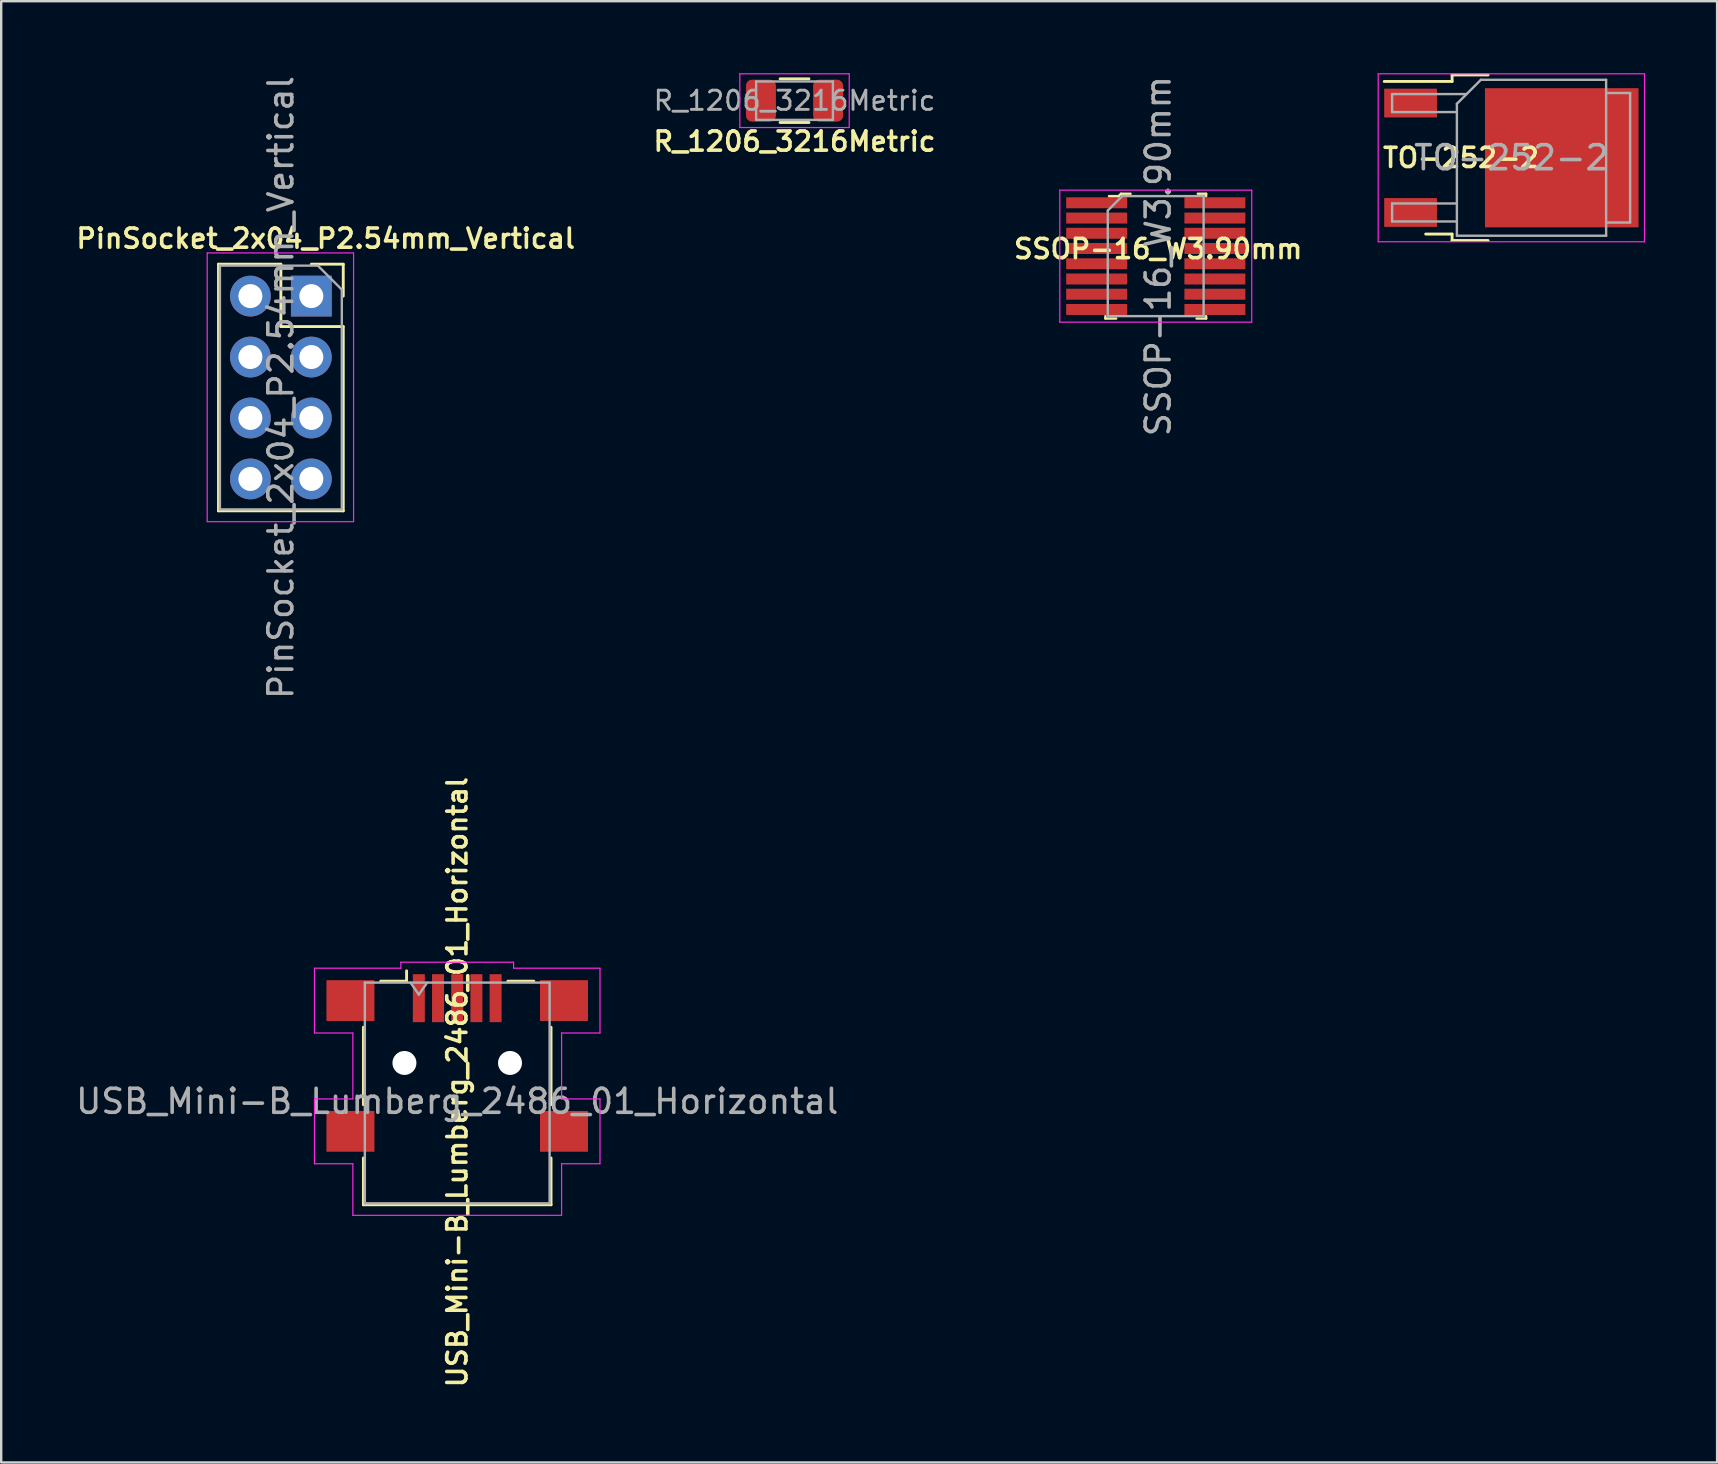
<source format=kicad_pcb>
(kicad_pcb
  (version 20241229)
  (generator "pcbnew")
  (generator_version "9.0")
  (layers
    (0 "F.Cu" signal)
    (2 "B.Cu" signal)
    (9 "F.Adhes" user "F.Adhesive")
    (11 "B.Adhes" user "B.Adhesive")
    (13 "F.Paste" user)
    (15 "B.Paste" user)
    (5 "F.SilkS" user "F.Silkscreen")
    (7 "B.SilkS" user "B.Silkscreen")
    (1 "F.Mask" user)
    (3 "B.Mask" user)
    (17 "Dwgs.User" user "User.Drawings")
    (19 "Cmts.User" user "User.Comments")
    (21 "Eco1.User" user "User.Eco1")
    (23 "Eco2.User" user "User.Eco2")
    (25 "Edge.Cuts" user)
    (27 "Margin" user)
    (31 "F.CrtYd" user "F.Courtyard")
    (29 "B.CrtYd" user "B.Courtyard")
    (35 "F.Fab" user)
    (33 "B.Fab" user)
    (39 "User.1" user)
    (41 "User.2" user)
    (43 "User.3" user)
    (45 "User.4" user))
  (footprint "TO-252-2"
    (layer "F.Cu")
    (at 59.94 3.525)
    (property "Reference" "TO-252-2" (at -2.1 0 0) (layer "F.SilkS") (effects (font (size 0.8 0.8) (thickness 0.15))))
    (attr smd)
    (fp_line (start -2.47 -3.45) (end -2.47 -3.18) (stroke (width 0.12) (type solid)) (layer "F.SilkS"))
    (fp_line (start -2.47 -3.18) (end -5.3 -3.18) (stroke (width 0.12) (type solid)) (layer "F.SilkS"))
    (fp_line (start -2.47 3.18) (end -3.57 3.18) (stroke (width 0.12) (type solid)) (layer "F.SilkS"))
    (fp_line (start -2.47 3.45) (end -2.47 3.18) (stroke (width 0.12) (type solid)) (layer "F.SilkS"))
    (fp_line (start -0.97 -3.45) (end -2.47 -3.45) (stroke (width 0.12) (type solid)) (layer "F.SilkS"))
    (fp_line (start -0.97 3.45) (end -2.47 3.45) (stroke (width 0.12) (type solid)) (layer "F.SilkS"))
    (fp_line (start -5.55 -3.5) (end -5.55 3.5) (stroke (width 0.05) (type solid)) (layer "F.CrtYd"))
    (fp_line (start -5.55 3.5) (end 5.55 3.5) (stroke (width 0.05) (type solid)) (layer "F.CrtYd"))
    (fp_line (start 5.55 -3.5) (end -5.55 -3.5) (stroke (width 0.05) (type solid)) (layer "F.CrtYd"))
    (fp_line (start 5.55 3.5) (end 5.55 -3.5) (stroke (width 0.05) (type solid)) (layer "F.CrtYd"))
    (fp_line (start -4.97 -2.655) (end -4.97 -1.905) (stroke (width 0.1) (type solid)) (layer "F.Fab"))
    (fp_line (start -4.97 -1.905) (end -2.27 -1.905) (stroke (width 0.1) (type solid)) (layer "F.Fab"))
    (fp_line (start -4.97 1.905) (end -4.97 2.655) (stroke (width 0.1) (type solid)) (layer "F.Fab"))
    (fp_line (start -4.97 2.655) (end -2.27 2.655) (stroke (width 0.1) (type solid)) (layer "F.Fab"))
    (fp_line (start -2.27 -2.25) (end -1.27 -3.25) (stroke (width 0.1) (type solid)) (layer "F.Fab"))
    (fp_line (start -2.27 1.905) (end -4.97 1.905) (stroke (width 0.1) (type solid)) (layer "F.Fab"))
    (fp_line (start -2.27 3.25) (end -2.27 -2.25) (stroke (width 0.1) (type solid)) (layer "F.Fab"))
    (fp_line (start -1.865 -2.655) (end -4.97 -2.655) (stroke (width 0.1) (type solid)) (layer "F.Fab"))
    (fp_line (start -1.27 -3.25) (end 3.95 -3.25) (stroke (width 0.1) (type solid)) (layer "F.Fab"))
    (fp_line (start 3.95 -3.25) (end 3.95 3.25) (stroke (width 0.1) (type solid)) (layer "F.Fab"))
    (fp_line (start 3.95 -2.7) (end 4.95 -2.7) (stroke (width 0.1) (type solid)) (layer "F.Fab"))
    (fp_line (start 3.95 3.25) (end -2.27 3.25) (stroke (width 0.1) (type solid)) (layer "F.Fab"))
    (fp_line (start 4.95 -2.7) (end 4.95 2.7) (stroke (width 0.1) (type solid)) (layer "F.Fab"))
    (fp_line (start 4.95 2.7) (end 3.95 2.7) (stroke (width 0.1) (type solid)) (layer "F.Fab"))
    (fp_text user "${REFERENCE}" (at 0 0 0) (layer "F.Fab") (effects (font (size 1 1) (thickness 0.15))))
    (pad "" smd rect (at 0.425 -1.525) (size 3.05 2.75) (layers "F.Paste"))
    (pad "" smd rect (at 0.425 1.525) (size 3.05 2.75) (layers "F.Paste"))
    (pad "" smd rect (at 3.775 -1.525) (size 3.05 2.75) (layers "F.Paste"))
    (pad "" smd rect (at 3.775 1.525) (size 3.05 2.75) (layers "F.Paste"))
    (pad "1" smd rect (at -4.2 -2.28) (size 2.2 1.2) (layers "F.Cu" "F.Mask" "F.Paste"))
    (pad "2" smd rect (at 2.1 0) (size 6.4 5.8) (layers "F.Cu" "F.Mask"))
    (pad "3" smd rect (at -4.2 2.28) (size 2.2 1.2) (layers "F.Cu" "F.Mask" "F.Paste")))
  (footprint "R_1206_3216Metric"
    (layer "F.Cu")
    (at 30.064 1.145)
    (property "Reference" "R_1206_3216Metric" (at 0 1.7 0) (layer "F.SilkS") (effects (font (size 0.8 0.8) (thickness 0.15))))
    (attr smd)
    (fp_line (start -0.602 -0.91) (end 0.602 -0.91) (stroke (width 0.12) (type solid)) (layer "F.SilkS"))
    (fp_line (start -0.602 0.91) (end 0.602 0.91) (stroke (width 0.12) (type solid)) (layer "F.SilkS"))
    (fp_line (start -2.28 -1.12) (end 2.28 -1.12) (stroke (width 0.05) (type solid)) (layer "F.CrtYd"))
    (fp_line (start -2.28 1.12) (end -2.28 -1.12) (stroke (width 0.05) (type solid)) (layer "F.CrtYd"))
    (fp_line (start 2.28 -1.12) (end 2.28 1.12) (stroke (width 0.05) (type solid)) (layer "F.CrtYd"))
    (fp_line (start 2.28 1.12) (end -2.28 1.12) (stroke (width 0.05) (type solid)) (layer "F.CrtYd"))
    (fp_line (start -1.6 -0.8) (end 1.6 -0.8) (stroke (width 0.1) (type solid)) (layer "F.Fab"))
    (fp_line (start -1.6 0.8) (end -1.6 -0.8) (stroke (width 0.1) (type solid)) (layer "F.Fab"))
    (fp_line (start 1.6 -0.8) (end 1.6 0.8) (stroke (width 0.1) (type solid)) (layer "F.Fab"))
    (fp_line (start 1.6 0.8) (end -1.6 0.8) (stroke (width 0.1) (type solid)) (layer "F.Fab"))
    (fp_text user "${REFERENCE}" (at 0 0 0) (layer "F.Fab") (effects (font (size 0.8 0.8) (thickness 0.12))))
    (pad "1" smd roundrect (at -1.4 0) (size 1.25 1.75) (layers "F.Cu" "F.Mask" "F.Paste") (roundrect_rratio 0.2))
    (pad "2" smd roundrect (at 1.4 0) (size 1.25 1.75) (layers "F.Cu" "F.Mask" "F.Paste") (roundrect_rratio 0.2)))
  (footprint "PinSocket_2x04_P2.54mm_Vertical"
    (layer "F.Cu")
    (at 9.926 9.291)
    (property "Reference" "PinSocket_2x04_P2.54mm_Vertical" (at 0.6 -2.4 0) (layer "F.SilkS") (effects (font (size 0.8 0.8) (thickness 0.15))))
    (attr through_hole)
    (fp_line (start -3.87 -1.33) (end -3.87 8.95) (stroke (width 0.12) (type solid)) (layer "F.SilkS"))
    (fp_line (start -3.87 -1.33) (end -1.27 -1.33) (stroke (width 0.12) (type solid)) (layer "F.SilkS"))
    (fp_line (start -3.87 8.95) (end 1.33 8.95) (stroke (width 0.12) (type solid)) (layer "F.SilkS"))
    (fp_line (start -1.27 -1.33) (end -1.27 1.27) (stroke (width 0.12) (type solid)) (layer "F.SilkS"))
    (fp_line (start -1.27 1.27) (end 1.33 1.27) (stroke (width 0.12) (type solid)) (layer "F.SilkS"))
    (fp_line (start 0 -1.33) (end 1.33 -1.33) (stroke (width 0.12) (type solid)) (layer "F.SilkS"))
    (fp_line (start 1.33 -1.33) (end 1.33 0) (stroke (width 0.12) (type solid)) (layer "F.SilkS"))
    (fp_line (start 1.33 1.27) (end 1.33 8.95) (stroke (width 0.12) (type solid)) (layer "F.SilkS"))
    (fp_line (start -4.34 -1.8) (end 1.76 -1.8) (stroke (width 0.05) (type solid)) (layer "F.CrtYd"))
    (fp_line (start -4.34 9.4) (end -4.34 -1.8) (stroke (width 0.05) (type solid)) (layer "F.CrtYd"))
    (fp_line (start 1.76 -1.8) (end 1.76 9.4) (stroke (width 0.05) (type solid)) (layer "F.CrtYd"))
    (fp_line (start 1.76 9.4) (end -4.34 9.4) (stroke (width 0.05) (type solid)) (layer "F.CrtYd"))
    (fp_line (start -3.81 -1.27) (end 0.27 -1.27) (stroke (width 0.1) (type solid)) (layer "F.Fab"))
    (fp_line (start -3.81 8.89) (end -3.81 -1.27) (stroke (width 0.1) (type solid)) (layer "F.Fab"))
    (fp_line (start 0.27 -1.27) (end 1.27 -0.27) (stroke (width 0.1) (type solid)) (layer "F.Fab"))
    (fp_line (start 1.27 -0.27) (end 1.27 8.89) (stroke (width 0.1) (type solid)) (layer "F.Fab"))
    (fp_line (start 1.27 8.89) (end -3.81 8.89) (stroke (width 0.1) (type solid)) (layer "F.Fab"))
    (fp_text user "${REFERENCE}" (at -1.27 3.81 90) (layer "F.Fab") (effects (font (size 1 1) (thickness 0.15))))
    (pad "1" thru_hole rect (at 0 0) (size 1.7 1.7) (drill 1) (layers "*.Cu" "*.Mask"))
    (pad "2" thru_hole oval (at -2.54 0) (size 1.7 1.7) (drill 1) (layers "*.Cu" "*.Mask"))
    (pad "3" thru_hole oval (at 0 2.54) (size 1.7 1.7) (drill 1) (layers "*.Cu" "*.Mask"))
    (pad "4" thru_hole oval (at -2.54 2.54) (size 1.7 1.7) (drill 1) (layers "*.Cu" "*.Mask"))
    (pad "5" thru_hole oval (at 0 5.08) (size 1.7 1.7) (drill 1) (layers "*.Cu" "*.Mask"))
    (pad "6" thru_hole oval (at -2.54 5.08) (size 1.7 1.7) (drill 1) (layers "*.Cu" "*.Mask"))
    (pad "7" thru_hole oval (at 0 7.62) (size 1.7 1.7) (drill 1) (layers "*.Cu" "*.Mask"))
    (pad "8" thru_hole oval (at -2.54 7.62) (size 1.7 1.7) (drill 1) (layers "*.Cu" "*.Mask")))
  (footprint "USB_Mini-B_Lumberg_2486_01_Horizontal"
    (layer "F.Cu")
    (at 16.006 41.252)
    (property "Reference" "USB_Mini-B_Lumberg_2486_01_Horizontal" (at 0 0.8 270) (layer "F.SilkS") (effects (font (size 0.8 0.8) (thickness 0.15))))
    (attr smd)
    (fp_line (start -3.91 1.74) (end -3.91 -1.49) (stroke (width 0.12) (type solid)) (layer "F.SilkS"))
    (fp_line (start -3.91 5.91) (end -3.91 3.96) (stroke (width 0.12) (type solid)) (layer "F.SilkS"))
    (fp_line (start -3.19 -3.41) (end -2.11 -3.41) (stroke (width 0.12) (type solid)) (layer "F.SilkS"))
    (fp_line (start -2.11 -3.41) (end -2.11 -3.84) (stroke (width 0.12) (type solid)) (layer "F.SilkS"))
    (fp_line (start 2.11 -3.41) (end 3.19 -3.41) (stroke (width 0.12) (type solid)) (layer "F.SilkS"))
    (fp_line (start 3.91 1.74) (end 3.91 -1.49) (stroke (width 0.12) (type solid)) (layer "F.SilkS"))
    (fp_line (start 3.91 5.91) (end -3.91 5.91) (stroke (width 0.12) (type solid)) (layer "F.SilkS"))
    (fp_line (start 3.91 5.91) (end 3.91 3.96) (stroke (width 0.12) (type solid)) (layer "F.SilkS"))
    (fp_line (start -5.95 -3.95) (end -5.95 -1.25) (stroke (width 0.05) (type solid)) (layer "F.CrtYd"))
    (fp_line (start -5.95 -3.95) (end -2.35 -3.95) (stroke (width 0.05) (type solid)) (layer "F.CrtYd"))
    (fp_line (start -5.95 1.5) (end -5.95 4.2) (stroke (width 0.05) (type solid)) (layer "F.CrtYd"))
    (fp_line (start -4.35 -1.25) (end -5.95 -1.25) (stroke (width 0.05) (type solid)) (layer "F.CrtYd"))
    (fp_line (start -4.35 -1.25) (end -4.35 1.5) (stroke (width 0.05) (type solid)) (layer "F.CrtYd"))
    (fp_line (start -4.35 1.5) (end -5.95 1.5) (stroke (width 0.05) (type solid)) (layer "F.CrtYd"))
    (fp_line (start -4.35 4.2) (end -5.95 4.2) (stroke (width 0.05) (type solid)) (layer "F.CrtYd"))
    (fp_line (start -4.35 6.35) (end -4.35 4.2) (stroke (width 0.05) (type solid)) (layer "F.CrtYd"))
    (fp_line (start -4.35 6.35) (end 4.35 6.35) (stroke (width 0.05) (type solid)) (layer "F.CrtYd"))
    (fp_line (start -2.35 -3.95) (end -2.35 -4.2) (stroke (width 0.05) (type solid)) (layer "F.CrtYd"))
    (fp_line (start 2.35 -4.2) (end -2.35 -4.2) (stroke (width 0.05) (type solid)) (layer "F.CrtYd"))
    (fp_line (start 2.35 -3.95) (end 2.35 -4.2) (stroke (width 0.05) (type solid)) (layer "F.CrtYd"))
    (fp_line (start 4.35 -1.25) (end 4.35 1.5) (stroke (width 0.05) (type solid)) (layer "F.CrtYd"))
    (fp_line (start 4.35 -1.25) (end 5.95 -1.25) (stroke (width 0.05) (type solid)) (layer "F.CrtYd"))
    (fp_line (start 4.35 1.5) (end 5.95 1.5) (stroke (width 0.05) (type solid)) (layer "F.CrtYd"))
    (fp_line (start 4.35 4.2) (end 5.95 4.2) (stroke (width 0.05) (type solid)) (layer "F.CrtYd"))
    (fp_line (start 4.35 6.35) (end 4.35 4.2) (stroke (width 0.05) (type solid)) (layer "F.CrtYd"))
    (fp_line (start 5.95 -3.95) (end 2.35 -3.95) (stroke (width 0.05) (type solid)) (layer "F.CrtYd"))
    (fp_line (start 5.95 -3.95) (end 5.95 -1.25) (stroke (width 0.05) (type solid)) (layer "F.CrtYd"))
    (fp_line (start 5.95 1.5) (end 5.95 4.2) (stroke (width 0.05) (type solid)) (layer "F.CrtYd"))
    (fp_line (start -3.85 -3.35) (end -3.85 5.85) (stroke (width 0.1) (type solid)) (layer "F.Fab"))
    (fp_line (start -3.85 -3.35) (end 3.85 -3.35) (stroke (width 0.1) (type solid)) (layer "F.Fab"))
    (fp_line (start -3.85 5.85) (end 3.85 5.85) (stroke (width 0.1) (type solid)) (layer "F.Fab"))
    (fp_line (start -1.95 -3.35) (end -1.6 -2.85) (stroke (width 0.1) (type solid)) (layer "F.Fab"))
    (fp_line (start -1.6 -2.85) (end -1.25 -3.35) (stroke (width 0.1) (type solid)) (layer "F.Fab"))
    (fp_line (start 3.85 5.85) (end 3.85 -3.35) (stroke (width 0.1) (type solid)) (layer "F.Fab"))
    (fp_text user "${REFERENCE}" (at 0 1.6 180) (layer "F.Fab") (effects (font (size 1 1) (thickness 0.15))))
    (pad "" np_thru_hole circle (at -2.2 0) (size 1 1) (drill 1) (layers "*.Cu" "*.Mask"))
    (pad "" np_thru_hole circle (at 2.2 0) (size 1 1) (drill 1) (layers "*.Cu" "*.Mask"))
    (pad "1" smd rect (at -1.6 -2.7) (size 0.5 2) (layers "F.Cu" "F.Mask" "F.Paste"))
    (pad "2" smd rect (at -0.8 -2.7) (size 0.5 2) (layers "F.Cu" "F.Mask" "F.Paste"))
    (pad "3" smd rect (at 0 -2.7) (size 0.5 2) (layers "F.Cu" "F.Mask" "F.Paste"))
    (pad "4" smd rect (at 0.8 -2.7) (size 0.5 2) (layers "F.Cu" "F.Mask" "F.Paste"))
    (pad "5" smd rect (at 1.6 -2.7) (size 0.5 2) (layers "F.Cu" "F.Mask" "F.Paste"))
    (pad "6" smd rect (at -4.45 -2.6) (size 2 1.7) (layers "F.Cu" "F.Mask" "F.Paste"))
    (pad "6" smd rect (at -4.45 2.85) (size 2 1.7) (layers "F.Cu" "F.Mask" "F.Paste"))
    (pad "6" smd rect (at 4.45 -2.6) (size 2 1.7) (layers "F.Cu" "F.Mask" "F.Paste"))
    (pad "6" smd rect (at 4.45 2.85) (size 2 1.7) (layers "F.Cu" "F.Mask" "F.Paste")))
  (footprint "SSOP-16_W3.90mm"
    (layer "F.Cu")
    (at 45.12 7.625)
    (property "Reference" "SSOP-16_W3.90mm" (at 0.1 -0.3 0) (layer "F.SilkS") (effects (font (size 0.8 0.8) (thickness 0.15))))
    (attr through_hole)
    (fp_line (start -2.1 2.5) (end -2.1 2.6) (stroke (width 0.1) (type solid)) (layer "F.SilkS"))
    (fp_line (start -2.1 2.6) (end -1.65 2.6) (stroke (width 0.1) (type solid)) (layer "F.SilkS"))
    (fp_line (start -1.55 -2.5) (end -1.95 -2.5) (stroke (width 0.1) (type solid)) (layer "F.SilkS"))
    (fp_line (start -1.45 -2.6) (end -1.55 -2.5) (stroke (width 0.1) (type solid)) (layer "F.SilkS"))
    (fp_line (start -1.05 -2.6) (end -1.45 -2.6) (stroke (width 0.1) (type solid)) (layer "F.SilkS"))
    (fp_line (start 2.1 -2.6) (end 1.75 -2.6) (stroke (width 0.1) (type solid)) (layer "F.SilkS"))
    (fp_line (start 2.1 -2.5) (end 2.1 -2.6) (stroke (width 0.1) (type solid)) (layer "F.SilkS"))
    (fp_line (start 2.1 2.5) (end 2.1 2.6) (stroke (width 0.1) (type solid)) (layer "F.SilkS"))
    (fp_line (start 2.1 2.6) (end 1.7 2.6) (stroke (width 0.1) (type solid)) (layer "F.SilkS"))
    (fp_line (start -4 -2.75) (end -4 2.75) (stroke (width 0.05) (type solid)) (layer "F.CrtYd"))
    (fp_line (start -4 -2.75) (end 4 -2.75) (stroke (width 0.05) (type solid)) (layer "F.CrtYd"))
    (fp_line (start -4 2.75) (end 4 2.75) (stroke (width 0.05) (type solid)) (layer "F.CrtYd"))
    (fp_line (start 4 2.75) (end 4 -2.75) (stroke (width 0.05) (type solid)) (layer "F.CrtYd"))
    (fp_line (start -2 -1.9) (end -2 2.5) (stroke (width 0.1) (type solid)) (layer "F.Fab"))
    (fp_line (start -2 -1.9) (end -1.4 -2.5) (stroke (width 0.1) (type solid)) (layer "F.Fab"))
    (fp_line (start -1.994 2.502) (end 1.994 2.502) (stroke (width 0.1) (type solid)) (layer "F.Fab"))
    (fp_line (start -1.4 -2.5) (end 2 -2.5) (stroke (width 0.1) (type solid)) (layer "F.Fab"))
    (fp_line (start 1.994 2.502) (end 1.994 -2.502) (stroke (width 0.1) (type solid)) (layer "F.Fab"))
    (fp_text user "${REFERENCE}" (at 0.1 0 90) (layer "F.Fab") (effects (font (size 1 1) (thickness 0.15))))
    (pad "1" smd rect (at -2.464 -2.223) (size 2.54 0.457) (layers "F.Cu" "F.Mask" "F.Paste"))
    (pad "2" smd rect (at -2.464 -1.587) (size 2.54 0.457) (layers "F.Cu" "F.Mask" "F.Paste"))
    (pad "3" smd rect (at -2.464 -0.953) (size 2.54 0.457) (layers "F.Cu" "F.Mask" "F.Paste"))
    (pad "4" smd rect (at -2.464 -0.318) (size 2.54 0.457) (layers "F.Cu" "F.Mask" "F.Paste"))
    (pad "5" smd rect (at -2.464 0.318) (size 2.54 0.457) (layers "F.Cu" "F.Mask" "F.Paste"))
    (pad "6" smd rect (at -2.464 0.953) (size 2.54 0.457) (layers "F.Cu" "F.Mask" "F.Paste"))
    (pad "7" smd rect (at -2.464 1.587) (size 2.54 0.457) (layers "F.Cu" "F.Mask" "F.Paste"))
    (pad "8" smd rect (at -2.464 2.223) (size 2.54 0.457) (layers "F.Cu" "F.Mask" "F.Paste"))
    (pad "9" smd rect (at 2.464 2.223) (size 2.54 0.457) (layers "F.Cu" "F.Mask" "F.Paste"))
    (pad "10" smd rect (at 2.464 1.587) (size 2.54 0.457) (layers "F.Cu" "F.Mask" "F.Paste"))
    (pad "11" smd rect (at 2.464 0.953) (size 2.54 0.457) (layers "F.Cu" "F.Mask" "F.Paste"))
    (pad "12" smd rect (at 2.464 0.318) (size 2.54 0.457) (layers "F.Cu" "F.Mask" "F.Paste"))
    (pad "13" smd rect (at 2.464 -0.318) (size 2.54 0.457) (layers "F.Cu" "F.Mask" "F.Paste"))
    (pad "14" smd rect (at 2.464 -0.953) (size 2.54 0.457) (layers "F.Cu" "F.Mask" "F.Paste"))
    (pad "15" smd rect (at 2.464 -1.587) (size 2.54 0.457) (layers "F.Cu" "F.Mask" "F.Paste"))
    (pad "16" smd rect (at 2.464 -2.223) (size 2.54 0.457) (layers "F.Cu" "F.Mask" "F.Paste")))
  (gr_rect
    (start -3 -3)
    (end 68.515 57.902)
    (stroke (width 0.1) (type default))
    (fill no)
    (layer "Edge.Cuts")))
</source>
